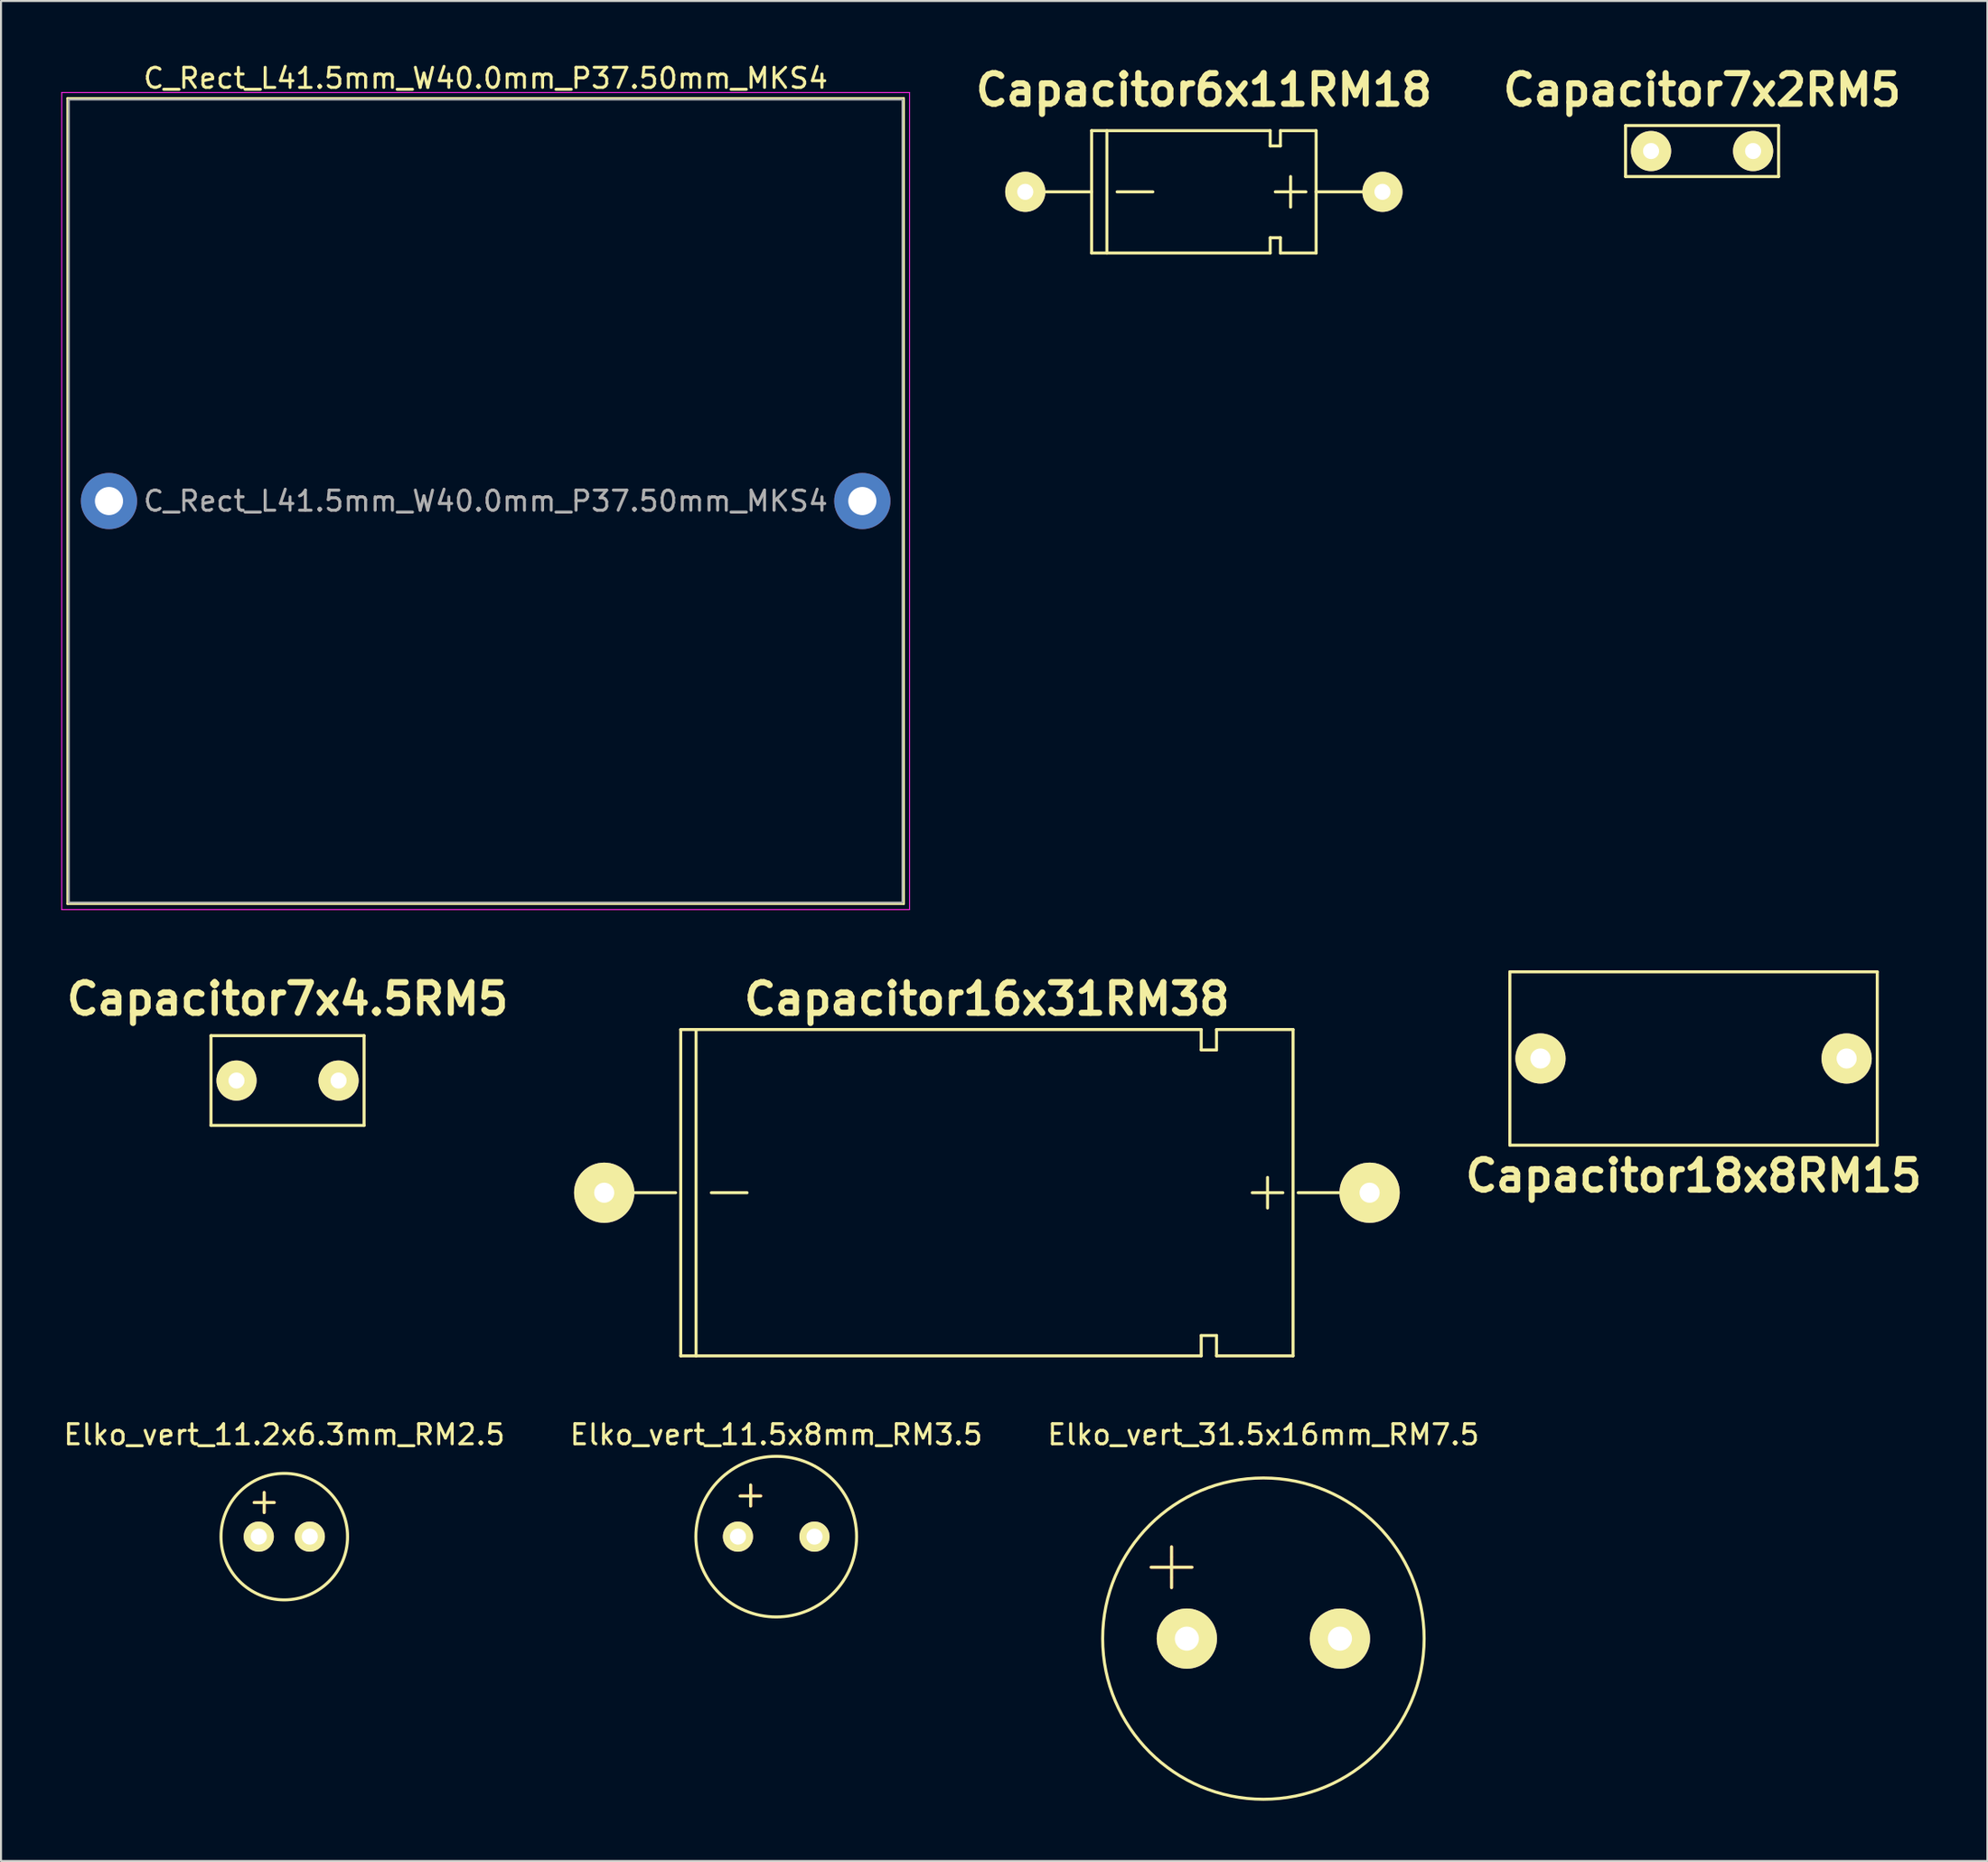
<source format=kicad_pcb>
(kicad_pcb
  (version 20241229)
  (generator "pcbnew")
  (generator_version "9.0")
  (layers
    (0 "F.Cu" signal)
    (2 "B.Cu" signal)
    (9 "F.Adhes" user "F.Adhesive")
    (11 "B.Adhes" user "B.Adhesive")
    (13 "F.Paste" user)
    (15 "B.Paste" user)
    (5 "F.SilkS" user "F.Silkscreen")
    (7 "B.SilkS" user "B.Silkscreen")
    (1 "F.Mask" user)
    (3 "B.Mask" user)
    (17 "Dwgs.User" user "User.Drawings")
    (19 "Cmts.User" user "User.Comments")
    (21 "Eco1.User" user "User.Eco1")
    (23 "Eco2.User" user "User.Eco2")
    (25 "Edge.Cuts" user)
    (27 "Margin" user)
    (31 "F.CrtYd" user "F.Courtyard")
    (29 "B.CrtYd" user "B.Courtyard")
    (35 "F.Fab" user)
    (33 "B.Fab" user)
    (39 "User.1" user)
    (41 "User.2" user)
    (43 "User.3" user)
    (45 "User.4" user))
  (footprint "Capacitor6x11RM18"
    (layer "F.Cu")
    (at 56.876 6.506)
    (property "Reference" "Capacitor6x11RM18" (at 0 -5.08 0) (layer "F.SilkS") (effects (font (size 1.524 1.524) (thickness 0.305))))
    (attr through_hole)
    (fp_line (start -5.588 -3.048) (end -5.588 3.048) (stroke (width 0.15) (type solid)) (layer "F.SilkS"))
    (fp_line (start -5.588 0) (end -8.89 0) (stroke (width 0.15) (type solid)) (layer "F.SilkS"))
    (fp_line (start -4.826 -3.048) (end -4.826 3.048) (stroke (width 0.15) (type solid)) (layer "F.SilkS"))
    (fp_line (start -4.318 0) (end -2.54 0) (stroke (width 0.15) (type solid)) (layer "F.SilkS"))
    (fp_line (start 3.302 -3.048) (end -5.588 -3.048) (stroke (width 0.15) (type solid)) (layer "F.SilkS"))
    (fp_line (start 3.302 -3.048) (end 3.302 -2.286) (stroke (width 0.15) (type solid)) (layer "F.SilkS"))
    (fp_line (start 3.302 -2.286) (end 3.81 -2.286) (stroke (width 0.15) (type solid)) (layer "F.SilkS"))
    (fp_line (start 3.302 2.286) (end 3.302 3.048) (stroke (width 0.15) (type solid)) (layer "F.SilkS"))
    (fp_line (start 3.302 3.048) (end -5.588 3.048) (stroke (width 0.15) (type solid)) (layer "F.SilkS"))
    (fp_line (start 3.81 -3.048) (end 5.588 -3.048) (stroke (width 0.15) (type solid)) (layer "F.SilkS"))
    (fp_line (start 3.81 -2.286) (end 3.81 -3.048) (stroke (width 0.15) (type solid)) (layer "F.SilkS"))
    (fp_line (start 3.81 2.286) (end 3.302 2.286) (stroke (width 0.15) (type solid)) (layer "F.SilkS"))
    (fp_line (start 3.81 3.048) (end 3.81 2.286) (stroke (width 0.15) (type solid)) (layer "F.SilkS"))
    (fp_line (start 4.318 0.762) (end 4.318 -0.762) (stroke (width 0.15) (type solid)) (layer "F.SilkS"))
    (fp_line (start 5.08 0) (end 3.556 0) (stroke (width 0.15) (type solid)) (layer "F.SilkS"))
    (fp_line (start 5.588 -3.048) (end 5.588 3.048) (stroke (width 0.15) (type solid)) (layer "F.SilkS"))
    (fp_line (start 5.588 3.048) (end 3.81 3.048) (stroke (width 0.15) (type solid)) (layer "F.SilkS"))
    (fp_line (start 8.89 0) (end 5.588 0) (stroke (width 0.15) (type solid)) (layer "F.SilkS"))
    (pad "1" thru_hole circle (at 8.89 0) (size 1.999 1.999) (drill 0.8) (layers "*.Cu" "*.Mask" "F.SilkS"))
    (pad "2" thru_hole circle (at -8.89 0) (size 1.999 1.999) (drill 0.8) (layers "*.Cu" "*.Mask" "F.SilkS")))
  (footprint "Capacitor16x31RM38"
    (layer "F.Cu")
    (at 46.076 56.362)
    (property "Reference" "Capacitor16x31RM38" (at 0 -9.652 0) (layer "F.SilkS") (effects (font (size 1.524 1.524) (thickness 0.305))))
    (attr through_hole)
    (fp_line (start -15.494 0) (end -19.05 0) (stroke (width 0.15) (type solid)) (layer "F.SilkS"))
    (fp_line (start -15.24 -8.128) (end 10.668 -8.128) (stroke (width 0.15) (type solid)) (layer "F.SilkS"))
    (fp_line (start -15.24 8.128) (end -15.24 -8.128) (stroke (width 0.15) (type solid)) (layer "F.SilkS"))
    (fp_line (start -14.478 -8.128) (end -14.478 8.128) (stroke (width 0.15) (type solid)) (layer "F.SilkS"))
    (fp_line (start -13.716 0) (end -11.938 0) (stroke (width 0.15) (type solid)) (layer "F.SilkS"))
    (fp_line (start 10.668 -8.128) (end 10.668 -7.112) (stroke (width 0.15) (type solid)) (layer "F.SilkS"))
    (fp_line (start 10.668 -7.112) (end 11.43 -7.112) (stroke (width 0.15) (type solid)) (layer "F.SilkS"))
    (fp_line (start 10.668 7.112) (end 10.668 8.128) (stroke (width 0.15) (type solid)) (layer "F.SilkS"))
    (fp_line (start 10.668 8.128) (end -15.24 8.128) (stroke (width 0.15) (type solid)) (layer "F.SilkS"))
    (fp_line (start 11.43 -8.128) (end 15.24 -8.128) (stroke (width 0.15) (type solid)) (layer "F.SilkS"))
    (fp_line (start 11.43 -7.112) (end 11.43 -8.128) (stroke (width 0.15) (type solid)) (layer "F.SilkS"))
    (fp_line (start 11.43 7.112) (end 10.668 7.112) (stroke (width 0.15) (type solid)) (layer "F.SilkS"))
    (fp_line (start 11.43 8.128) (end 11.43 7.112) (stroke (width 0.15) (type solid)) (layer "F.SilkS"))
    (fp_line (start 13.97 0.762) (end 13.97 -0.762) (stroke (width 0.15) (type solid)) (layer "F.SilkS"))
    (fp_line (start 14.732 0) (end 13.208 0) (stroke (width 0.15) (type solid)) (layer "F.SilkS"))
    (fp_line (start 15.24 8.128) (end 11.43 8.128) (stroke (width 0.15) (type solid)) (layer "F.SilkS"))
    (fp_line (start 15.24 8.128) (end 15.24 -8.128) (stroke (width 0.15) (type solid)) (layer "F.SilkS"))
    (fp_line (start 15.494 0) (end 19.05 0) (stroke (width 0.15) (type solid)) (layer "F.SilkS"))
    (pad "1" thru_hole circle (at 19.05 0) (size 3 3) (drill 1.001) (layers "*.Cu" "*.Mask" "F.SilkS"))
    (pad "2" thru_hole circle (at -19.05 0) (size 3 3) (drill 1.001) (layers "*.Cu" "*.Mask" "F.SilkS")))
  (footprint "Elko_vert_11.5x8mm_RM3.5"
    (layer "F.Cu")
    (at 33.684 73.493)
    (property "Reference" "Elko_vert_11.5x8mm_RM3.5" (at 1.905 -5.08 0) (layer "F.SilkS") (effects (font (size 1 1) (thickness 0.15))))
    (attr through_hole)
    (fp_line (start 0.127 -2.032) (end 1.143 -2.032) (stroke (width 0.15) (type solid)) (layer "F.Cu"))
    (fp_line (start 0.635 -2.54) (end 0.635 -1.524) (stroke (width 0.15) (type solid)) (layer "F.Cu"))
    (fp_line (start 0.104 -2.024) (end 1.13 -2.024) (stroke (width 0.15) (type solid)) (layer "F.SilkS"))
    (fp_line (start 0.63 -2.576) (end 0.63 -1.524) (stroke (width 0.15) (type solid)) (layer "F.SilkS"))
    (fp_circle (center 1.905 0) (end 5.905 0) (stroke (width 0.15) (type solid)) (fill no) (layer "F.SilkS"))
    (pad "1" thru_hole circle (at 0 0) (size 1.501 1.501) (drill 0.8) (layers "*.Cu" "*.Mask" "F.SilkS"))
    (pad "2" thru_hole circle (at 3.81 0) (size 1.501 1.501) (drill 0.8) (layers "*.Cu" "*.Mask" "F.SilkS")))
  (footprint "Capacitor7x4.5RM5"
    (layer "F.Cu")
    (at 11.263 50.774)
    (property "Reference" "Capacitor7x4.5RM5" (at 0 -4.064 0) (layer "F.SilkS") (effects (font (size 1.524 1.524) (thickness 0.305))))
    (attr through_hole)
    (fp_line (start -3.81 -2.235) (end 3.81 -2.235) (stroke (width 0.15) (type solid)) (layer "F.SilkS"))
    (fp_line (start -3.81 2.235) (end -3.81 -2.235) (stroke (width 0.15) (type solid)) (layer "F.SilkS"))
    (fp_line (start 3.81 2.235) (end -3.81 2.235) (stroke (width 0.15) (type solid)) (layer "F.SilkS"))
    (fp_line (start 3.81 2.235) (end 3.81 -2.235) (stroke (width 0.15) (type solid)) (layer "F.SilkS"))
    (pad "1" thru_hole circle (at -2.54 0) (size 1.999 1.999) (drill 0.8) (layers "*.Cu" "*.Mask" "F.SilkS"))
    (pad "2" thru_hole circle (at 2.54 0) (size 1.999 1.999) (drill 0.8) (layers "*.Cu" "*.Mask" "F.SilkS")))
  (footprint "Capacitor7x2RM5"
    (layer "F.Cu")
    (at 81.676 4.474)
    (property "Reference" "Capacitor7x2RM5" (at 0 -3.048 0) (layer "F.SilkS") (effects (font (size 1.524 1.524) (thickness 0.305))))
    (attr through_hole)
    (fp_line (start -3.81 -1.27) (end 3.81 -1.27) (stroke (width 0.15) (type solid)) (layer "F.SilkS"))
    (fp_line (start -3.81 1.27) (end -3.81 -1.27) (stroke (width 0.15) (type solid)) (layer "F.SilkS"))
    (fp_line (start 3.81 -1.27) (end 3.81 1.27) (stroke (width 0.15) (type solid)) (layer "F.SilkS"))
    (fp_line (start 3.81 1.27) (end -3.81 1.27) (stroke (width 0.15) (type solid)) (layer "F.SilkS"))
    (pad "1" thru_hole circle (at -2.54 0) (size 1.999 1.999) (drill 0.8) (layers "*.Cu" "*.Mask" "F.SilkS"))
    (pad "2" thru_hole circle (at 2.54 0) (size 1.999 1.999) (drill 0.8) (layers "*.Cu" "*.Mask" "F.SilkS")))
  (footprint "Capacitor18x8RM15"
    (layer "F.Cu")
    (at 81.252 49.676)
    (property "Reference" "Capacitor18x8RM15" (at 0 5.842 0) (layer "F.SilkS") (effects (font (size 1.524 1.524) (thickness 0.305))))
    (attr through_hole)
    (fp_line (start -9.144 -4.318) (end 9.144 -4.318) (stroke (width 0.15) (type solid)) (layer "F.SilkS"))
    (fp_line (start -9.144 4.318) (end -9.144 -4.318) (stroke (width 0.15) (type solid)) (layer "F.SilkS"))
    (fp_line (start 9.144 -4.318) (end 9.144 4.318) (stroke (width 0.15) (type solid)) (layer "F.SilkS"))
    (fp_line (start 9.144 4.318) (end -9.144 4.318) (stroke (width 0.15) (type solid)) (layer "F.SilkS"))
    (pad "1" thru_hole circle (at 7.62 0) (size 2.499 2.499) (drill 1.001) (layers "*.Cu" "*.Mask" "F.SilkS"))
    (pad "2" thru_hole circle (at -7.62 0) (size 2.499 2.499) (drill 1.001) (layers "*.Cu" "*.Mask" "F.SilkS")))
  (footprint "C_Rect_L41.5mm_W40.0mm_P37.50mm_MKS4"
    (layer "F.Cu")
    (at 2.375 21.908)
    (property "Reference" "C_Rect_L41.5mm_W40.0mm_P37.50mm_MKS4" (at 18.75 -21.06 0) (layer "F.SilkS") (effects (font (size 1 1) (thickness 0.15))))
    (attr through_hole)
    (fp_line (start -2.06 -20.06) (end -2.06 20.06) (stroke (width 0.12) (type solid)) (layer "F.SilkS"))
    (fp_line (start -2.06 -20.06) (end 39.56 -20.06) (stroke (width 0.12) (type solid)) (layer "F.SilkS"))
    (fp_line (start -2.06 20.06) (end 39.56 20.06) (stroke (width 0.12) (type solid)) (layer "F.SilkS"))
    (fp_line (start 39.56 -20.06) (end 39.56 20.06) (stroke (width 0.12) (type solid)) (layer "F.SilkS"))
    (fp_line (start -2.35 -20.35) (end -2.35 20.35) (stroke (width 0.05) (type solid)) (layer "F.CrtYd"))
    (fp_line (start -2.35 20.35) (end 39.85 20.35) (stroke (width 0.05) (type solid)) (layer "F.CrtYd"))
    (fp_line (start 39.85 -20.35) (end -2.35 -20.35) (stroke (width 0.05) (type solid)) (layer "F.CrtYd"))
    (fp_line (start 39.85 20.35) (end 39.85 -20.35) (stroke (width 0.05) (type solid)) (layer "F.CrtYd"))
    (fp_line (start -2 -20) (end -2 20) (stroke (width 0.1) (type solid)) (layer "F.Fab"))
    (fp_line (start -2 20) (end 39.5 20) (stroke (width 0.1) (type solid)) (layer "F.Fab"))
    (fp_line (start 39.5 -20) (end -2 -20) (stroke (width 0.1) (type solid)) (layer "F.Fab"))
    (fp_line (start 39.5 20) (end 39.5 -20) (stroke (width 0.1) (type solid)) (layer "F.Fab"))
    (fp_text user "${REFERENCE}" (at 18.75 0 0) (layer "F.Fab") (effects (font (size 1 1) (thickness 0.15))))
    (pad "1" thru_hole circle (at 0 0) (size 2.8 2.8) (drill 1.4) (layers "*.Cu" "*.Mask"))
    (pad "2" thru_hole circle (at 37.5 0) (size 2.8 2.8) (drill 1.4) (layers "*.Cu" "*.Mask")))
  (footprint "Elko_vert_11.2x6.3mm_RM2.5"
    (layer "F.Cu")
    (at 9.831 73.493)
    (property "Reference" "Elko_vert_11.2x6.3mm_RM2.5" (at 1.27 -5.08 0) (layer "F.SilkS") (effects (font (size 1 1) (thickness 0.15))))
    (attr through_hole)
    (fp_line (start -0.231 -1.699) (end 0.269 -1.699) (stroke (width 0.15) (type solid)) (layer "F.Cu"))
    (fp_line (start 0.269 -1.699) (end 0.269 -2.2) (stroke (width 0.15) (type solid)) (layer "F.Cu"))
    (fp_line (start 0.269 -1.699) (end 0.269 -1.3) (stroke (width 0.15) (type solid)) (layer "F.Cu"))
    (fp_line (start 0.269 -1.699) (end 0.77 -1.699) (stroke (width 0.15) (type solid)) (layer "F.Cu"))
    (fp_line (start 0.269 -1.3) (end 0.269 -1.199) (stroke (width 0.15) (type solid)) (layer "F.Cu"))
    (fp_line (start -0.231 -1.699) (end 0.77 -1.699) (stroke (width 0.15) (type solid)) (layer "F.SilkS"))
    (fp_line (start 0.269 -2.2) (end 0.269 -1.199) (stroke (width 0.15) (type solid)) (layer "F.SilkS"))
    (fp_circle (center 1.27 0) (end 4.42 0) (stroke (width 0.15) (type solid)) (fill no) (layer "F.SilkS"))
    (pad "1" thru_hole circle (at 0 0) (size 1.501 1.501) (drill 0.8) (layers "*.Cu" "*.Mask" "F.SilkS"))
    (pad "2" thru_hole circle (at 2.54 0) (size 1.501 1.501) (drill 0.8) (layers "*.Cu" "*.Mask" "F.SilkS")))
  (footprint "Elko_vert_31.5x16mm_RM7.5"
    (layer "F.Cu")
    (at 56.029 78.573)
    (property "Reference" "Elko_vert_31.5x16mm_RM7.5" (at 3.81 -10.16 0) (layer "F.SilkS") (effects (font (size 1 1) (thickness 0.15))))
    (attr through_hole)
    (fp_line (start -1.778 -3.556) (end 0.254 -3.556) (stroke (width 0.15) (type solid)) (layer "F.Cu"))
    (fp_line (start -0.762 -4.572) (end -0.762 -4.064) (stroke (width 0.15) (type solid)) (layer "F.Cu"))
    (fp_line (start -0.762 -4.064) (end -0.762 -3.556) (stroke (width 0.15) (type solid)) (layer "F.Cu"))
    (fp_line (start -0.762 -3.556) (end -0.762 -3.048) (stroke (width 0.15) (type solid)) (layer "F.Cu"))
    (fp_line (start -0.762 -3.048) (end -0.762 -2.54) (stroke (width 0.15) (type solid)) (layer "F.Cu"))
    (fp_line (start -1.778 -3.556) (end 0.254 -3.556) (stroke (width 0.15) (type solid)) (layer "F.SilkS"))
    (fp_line (start -0.762 -4.572) (end -0.762 -2.54) (stroke (width 0.15) (type solid)) (layer "F.SilkS"))
    (fp_circle (center 3.81 0) (end 11.811 0) (stroke (width 0.15) (type solid)) (fill no) (layer "F.SilkS"))
    (pad "1" thru_hole circle (at 0 0) (size 3 3) (drill 1.199) (layers "*.Cu" "*.Mask" "F.SilkS"))
    (pad "2" thru_hole circle (at 7.62 0) (size 3 3) (drill 1.199) (layers "*.Cu" "*.Mask" "F.SilkS")))
  (gr_rect
    (start -3 -3)
    (end 95.878 89.649)
    (stroke (width 0.1) (type default))
    (fill no)
    (layer "Edge.Cuts")))
</source>
